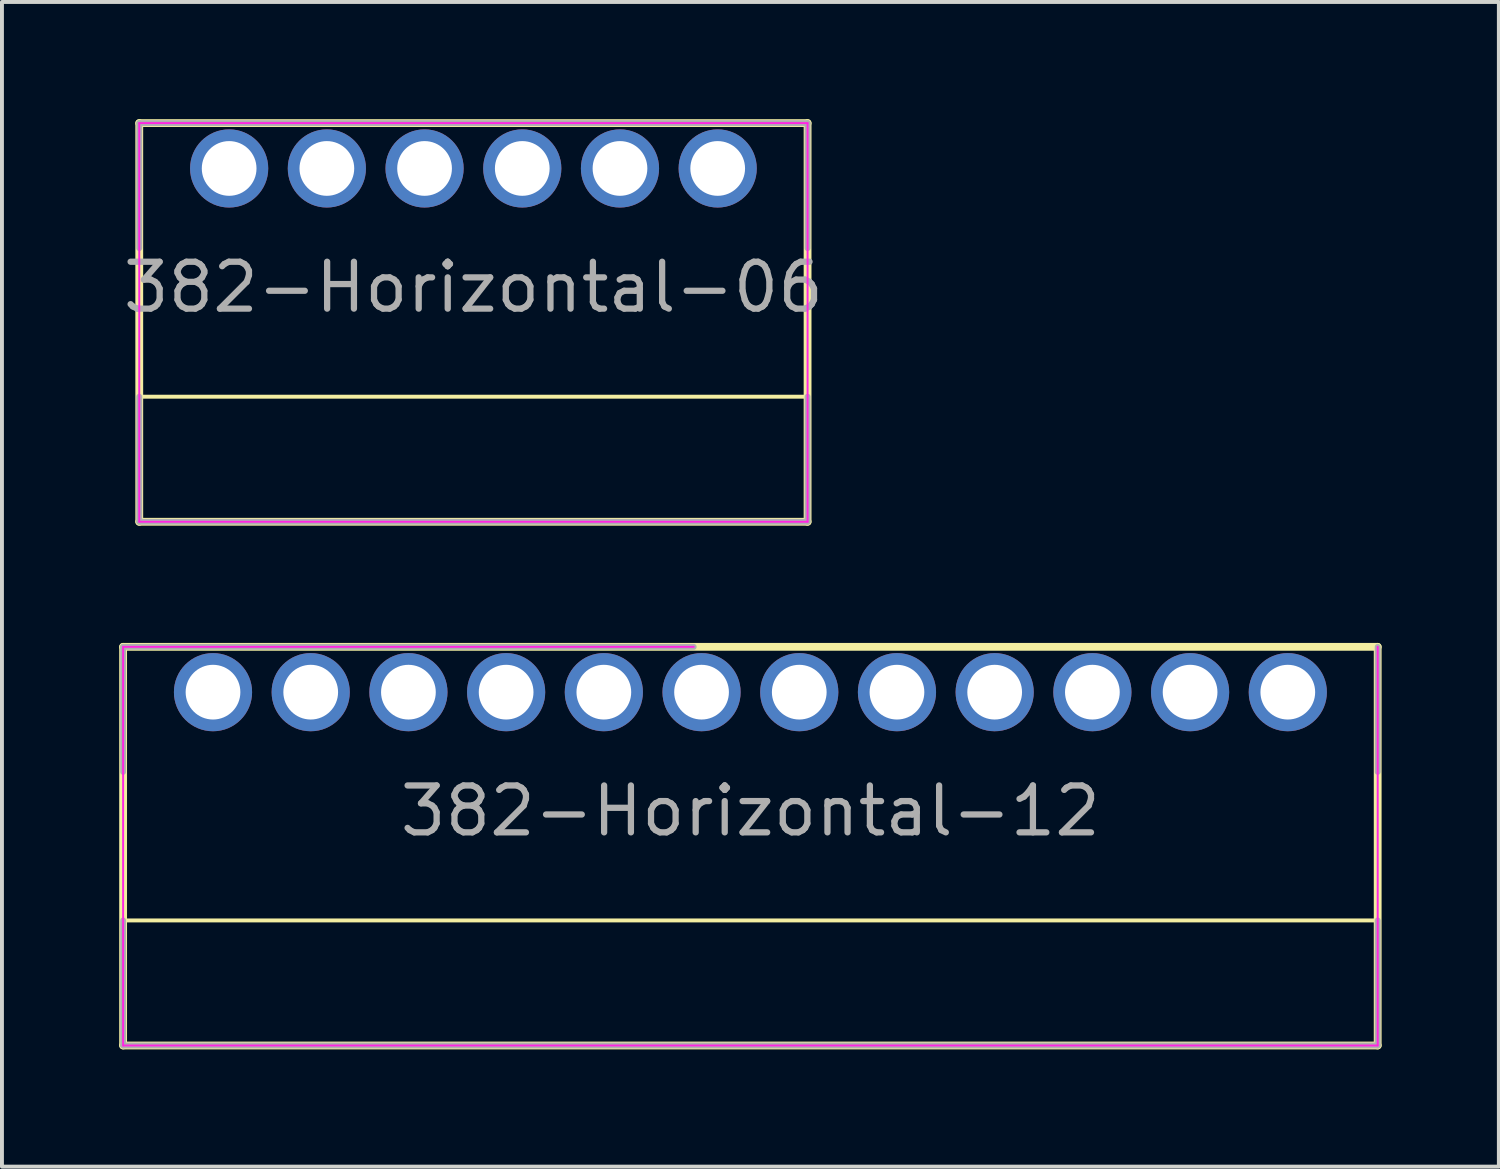
<source format=kicad_pcb>
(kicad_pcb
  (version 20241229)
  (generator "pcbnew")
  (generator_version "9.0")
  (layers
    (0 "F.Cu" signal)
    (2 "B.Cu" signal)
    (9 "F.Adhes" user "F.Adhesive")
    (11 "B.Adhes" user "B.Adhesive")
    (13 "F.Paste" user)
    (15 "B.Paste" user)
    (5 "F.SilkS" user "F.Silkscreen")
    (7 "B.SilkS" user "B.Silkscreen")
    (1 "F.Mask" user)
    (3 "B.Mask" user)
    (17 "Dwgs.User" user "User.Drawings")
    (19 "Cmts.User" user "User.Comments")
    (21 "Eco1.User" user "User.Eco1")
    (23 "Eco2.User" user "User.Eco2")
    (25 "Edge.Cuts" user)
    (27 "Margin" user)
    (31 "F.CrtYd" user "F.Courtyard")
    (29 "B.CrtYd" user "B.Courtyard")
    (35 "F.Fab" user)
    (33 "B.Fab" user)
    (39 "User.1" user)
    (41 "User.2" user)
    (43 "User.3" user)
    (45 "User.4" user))
  (footprint "382-Horizontal-06"
    (layer "F.Cu")
    (at 9.063 1.3)
    (property "Reference" "382-Horizontal-06" (at 0 3 0) (layer "F.Fab") (effects (font (size 1.2 1.2) (thickness 0.16))))
    (attr through_hole)
    (fp_line (start -8.55 -1.2) (end -8.55 9) (stroke (width 0.2) (type solid)) (layer "F.SilkS"))
    (fp_line (start -8.55 -1.2) (end 8.55 -1.2) (stroke (width 0.2) (type solid)) (layer "F.SilkS"))
    (fp_line (start -8.55 9) (end 8.55 9) (stroke (width 0.2) (type solid)) (layer "F.SilkS"))
    (fp_line (start -8.5 5.8) (end 8.55 5.8) (stroke (width 0.1) (type solid)) (layer "F.SilkS"))
    (fp_line (start 8.55 -1.2) (end 8.55 9) (stroke (width 0.2) (type solid)) (layer "F.SilkS"))
    (fp_line (start -8.55 -1.2) (end 8.55 -1.2) (stroke (width 0.05) (type solid)) (layer "F.CrtYd"))
    (fp_line (start -8.55 9) (end -8.55 -1.2) (stroke (width 0.05) (type solid)) (layer "F.CrtYd"))
    (fp_line (start -8.55 9) (end 8.55 9) (stroke (width 0.05) (type solid)) (layer "F.CrtYd"))
    (fp_line (start 8.55 9) (end 8.55 -1.2) (stroke (width 0.05) (type solid)) (layer "F.CrtYd"))
    (fp_line (start -8.55 -1.2) (end 8.55 -1.2) (stroke (width 0.15) (type solid)) (layer "F.Fab"))
    (fp_line (start -8.55 2) (end -8.55 -1.2) (stroke (width 0.15) (type solid)) (layer "F.Fab"))
    (fp_line (start -8.55 9) (end -8.55 5.8) (stroke (width 0.15) (type solid)) (layer "F.Fab"))
    (fp_line (start -8.55 9) (end 8.55 9) (stroke (width 0.15) (type solid)) (layer "F.Fab"))
    (fp_line (start 8.55 2) (end 8.55 -1.2) (stroke (width 0.15) (type solid)) (layer "F.Fab"))
    (fp_line (start 8.55 9) (end 8.55 5.8) (stroke (width 0.15) (type solid)) (layer "F.Fab"))
    (pad "1" thru_hole circle (at -6.25 -0.04) (size 2 2) (drill 1.4) (layers "*.Cu" "*.Mask"))
    (pad "2" thru_hole circle (at -3.75 -0.04) (size 2 2) (drill 1.4) (layers "*.Cu" "*.Mask"))
    (pad "3" thru_hole circle (at -1.25 -0.04) (size 2 2) (drill 1.4) (layers "*.Cu" "*.Mask"))
    (pad "4" thru_hole circle (at 1.25 -0.04) (size 2 2) (drill 1.4) (layers "*.Cu" "*.Mask"))
    (pad "5" thru_hole circle (at 3.75 -0.04) (size 2 2) (drill 1.4) (layers "*.Cu" "*.Mask"))
    (pad "6" thru_hole circle (at 6.25 -0.04) (size 2 2) (drill 1.4) (layers "*.Cu" "*.Mask")))
  (footprint "382-Horizontal-12"
    (layer "F.Cu")
    (at 16.15 14.7)
    (property "Reference" "382-Horizontal-12" (at 0 3 0) (layer "F.Fab") (effects (font (size 1.2 1.2) (thickness 0.16))))
    (attr through_hole)
    (fp_line (start -16.05 -1.2) (end -16.05 9) (stroke (width 0.2) (type solid)) (layer "F.SilkS"))
    (fp_line (start -16.05 -1.2) (end 16.05 -1.2) (stroke (width 0.2) (type solid)) (layer "F.SilkS"))
    (fp_line (start -16.05 5.8) (end 16 5.8) (stroke (width 0.1) (type solid)) (layer "F.SilkS"))
    (fp_line (start -16.05 9) (end 16.05 9) (stroke (width 0.2) (type solid)) (layer "F.SilkS"))
    (fp_line (start 16.05 -1.2) (end 16.05 9) (stroke (width 0.2) (type solid)) (layer "F.SilkS"))
    (fp_line (start -16.05 -1.2) (end -1.45 -1.2) (stroke (width 0.05) (type solid)) (layer "F.CrtYd"))
    (fp_line (start -16.05 9) (end -16.05 -1.2) (stroke (width 0.05) (type solid)) (layer "F.CrtYd"))
    (fp_line (start -16.05 9) (end 16.05 9) (stroke (width 0.05) (type solid)) (layer "F.CrtYd"))
    (fp_line (start 16.05 9) (end 16.05 -1.2) (stroke (width 0.05) (type solid)) (layer "F.CrtYd"))
    (fp_line (start -16.05 -1.2) (end -1.45 -1.2) (stroke (width 0.15) (type solid)) (layer "F.Fab"))
    (fp_line (start -16.05 2) (end -16.05 -1.2) (stroke (width 0.15) (type solid)) (layer "F.Fab"))
    (fp_line (start -16.05 9) (end -16.05 5.8) (stroke (width 0.15) (type solid)) (layer "F.Fab"))
    (fp_line (start -16.05 9) (end 16.05 9) (stroke (width 0.15) (type solid)) (layer "F.Fab"))
    (fp_line (start 16.05 2) (end 16.05 -1.2) (stroke (width 0.15) (type solid)) (layer "F.Fab"))
    (fp_line (start 16.05 9) (end 16.05 5.8) (stroke (width 0.15) (type solid)) (layer "F.Fab"))
    (pad "1" thru_hole circle (at -13.75 -0.04) (size 2 2) (drill 1.4) (layers "*.Cu" "*.Mask"))
    (pad "2" thru_hole circle (at -11.25 -0.04) (size 2 2) (drill 1.4) (layers "*.Cu" "*.Mask"))
    (pad "3" thru_hole circle (at -8.75 -0.04) (size 2 2) (drill 1.4) (layers "*.Cu" "*.Mask"))
    (pad "4" thru_hole circle (at -6.25 -0.04) (size 2 2) (drill 1.4) (layers "*.Cu" "*.Mask"))
    (pad "5" thru_hole circle (at -3.75 -0.04) (size 2 2) (drill 1.4) (layers "*.Cu" "*.Mask"))
    (pad "6" thru_hole circle (at -1.25 -0.04) (size 2 2) (drill 1.4) (layers "*.Cu" "*.Mask"))
    (pad "7" thru_hole circle (at 1.25 -0.04) (size 2 2) (drill 1.4) (layers "*.Cu" "*.Mask"))
    (pad "8" thru_hole circle (at 3.75 -0.04) (size 2 2) (drill 1.4) (layers "*.Cu" "*.Mask"))
    (pad "9" thru_hole circle (at 6.25 -0.04) (size 2 2) (drill 1.4) (layers "*.Cu" "*.Mask"))
    (pad "10" thru_hole circle (at 8.75 -0.04) (size 2 2) (drill 1.4) (layers "*.Cu" "*.Mask"))
    (pad "11" thru_hole circle (at 11.25 -0.04) (size 2 2) (drill 1.4) (layers "*.Cu" "*.Mask"))
    (pad "12" thru_hole circle (at 13.75 -0.04) (size 2 2) (drill 1.4) (layers "*.Cu" "*.Mask")))
  (gr_rect
    (start -3 -3)
    (end 35.3 26.8)
    (stroke (width 0.1) (type default))
    (fill no)
    (layer "Edge.Cuts")))
</source>
